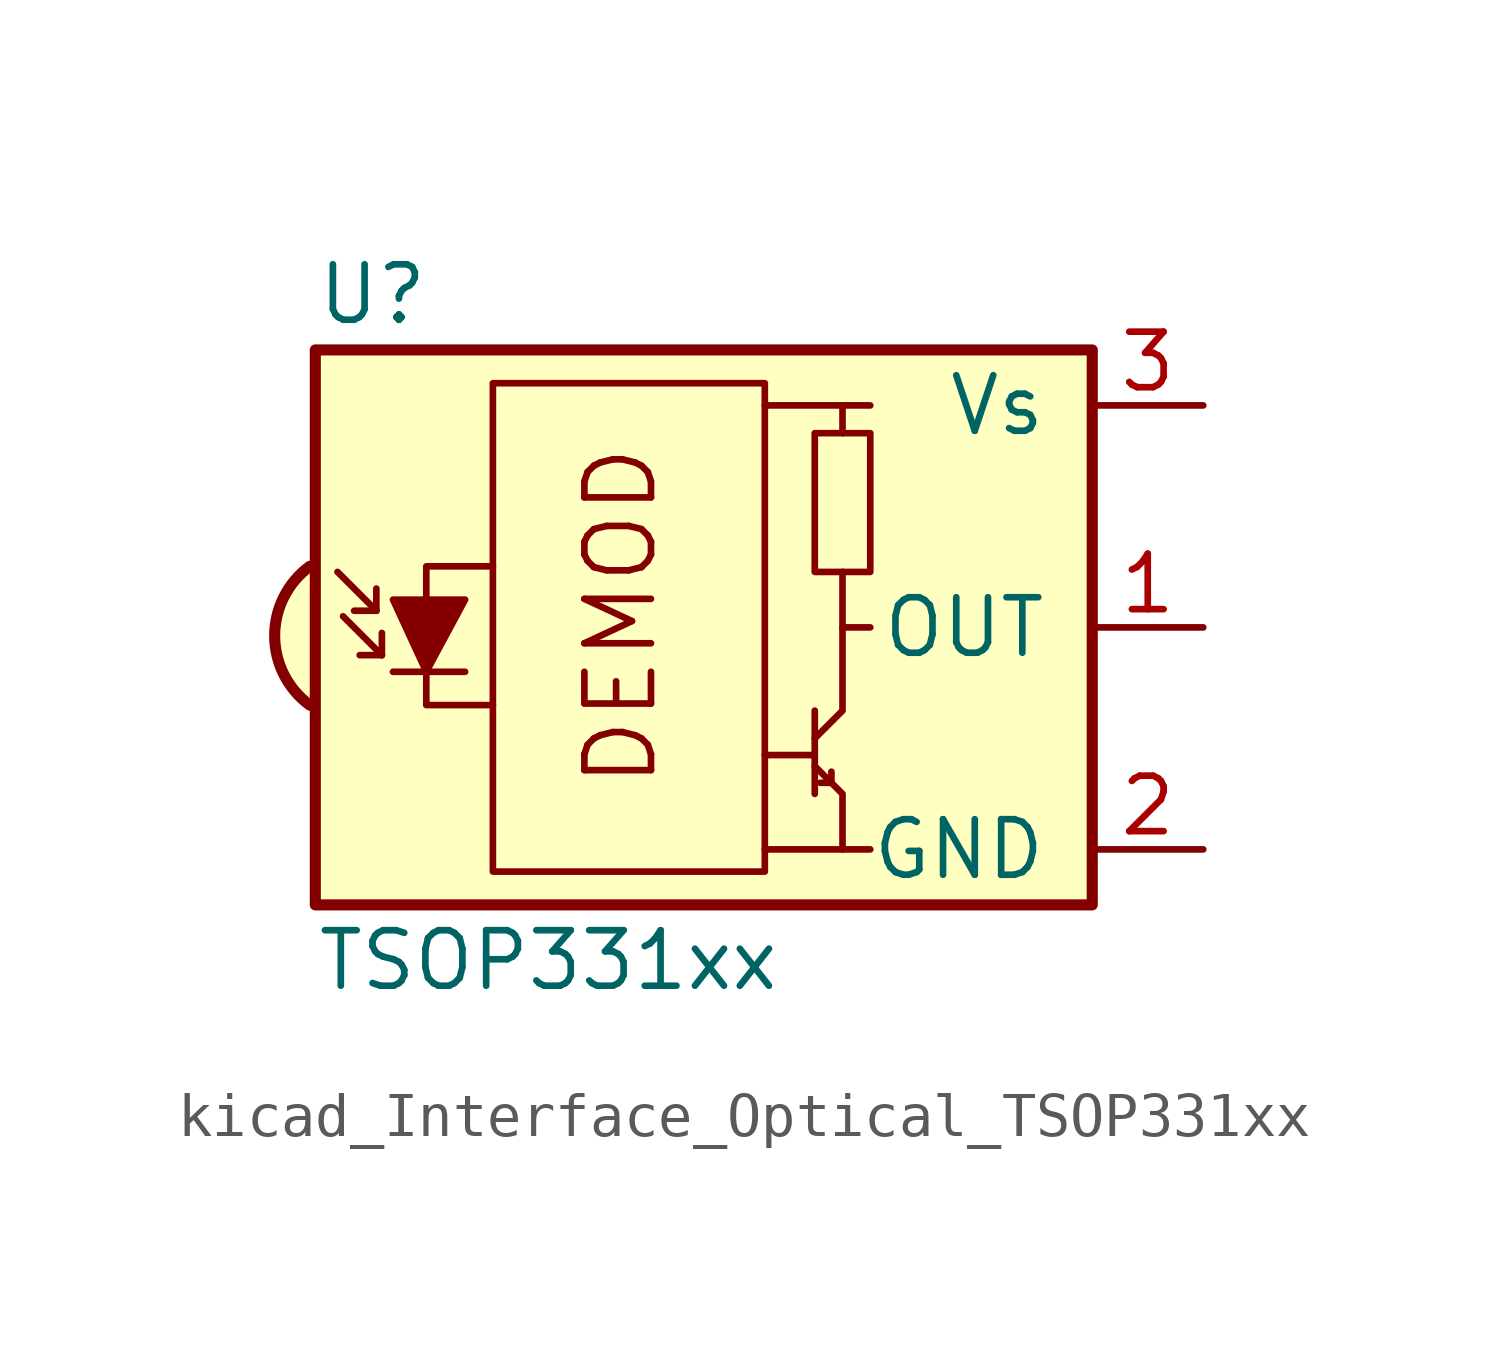
<source format=kicad_sym>
(kicad_symbol_lib
  (version 20220914)
  (generator kicad_symbol_editor)
  (symbol "kicad_Interface_Optical_TSOP331xx"
    (pin_names
      (offset 1.016))
    (property "Reference" "U"
      (at -10.16 7.62 0)
      (effects (font (size 1.27 1.27)) (justify left)))
    (property "Value" "TSOP331xx"
      (at -10.16 -7.62 0)
      (effects (font (size 1.27 1.27)) (justify left)))
    (symbol "kicad_Interface_Optical_TSOP331xx_0_0"
      (arc (start -10.287 1.397) (mid -11.0899 -0.1852) (end -10.287 -1.778) (stroke (width 0.254) (type default)) (fill (type background)))
      (polyline (pts (xy 1.905 -5.08) (xy 0.127 -5.08)) (stroke (width 0) (type default)) (fill (type none)))
      (polyline (pts (xy 1.905 5.08) (xy 0.127 5.08)) (stroke (width 0) (type default)) (fill (type none)))
      (text "DEMOD" (at -3.175 0.254 900) (effects (font (size 1.524 1.524)))))
    (symbol "kicad_Interface_Optical_TSOP331xx_0_1"
      (rectangle (start -6.096 5.588) (end 0.127 -5.588) (stroke (width 0) (type default)) (fill (type none)))
      (polyline (pts (xy -8.763 0.381) (xy -9.652 1.27)) (stroke (width 0) (type default)) (fill (type none)))
      (polyline (pts (xy -8.763 0.381) (xy -9.271 0.381)) (stroke (width 0) (type default)) (fill (type none)))
      (polyline (pts (xy -8.763 0.381) (xy -8.763 0.889)) (stroke (width 0) (type default)) (fill (type none)))
      (polyline (pts (xy -8.636 -0.635) (xy -9.525 0.254)) (stroke (width 0) (type default)) (fill (type none)))
      (polyline (pts (xy -8.636 -0.635) (xy -9.144 -0.635)) (stroke (width 0) (type default)) (fill (type none)))
      (polyline (pts (xy -8.636 -0.635) (xy -8.636 -0.127)) (stroke (width 0) (type default)) (fill (type none)))
      (polyline (pts (xy -8.382 -1.016) (xy -6.731 -1.016)) (stroke (width 0) (type default)) (fill (type none)))
      (polyline (pts (xy 1.27 -2.921) (xy 0.127 -2.921)) (stroke (width 0) (type default)) (fill (type none)))
      (polyline (pts (xy 1.27 -1.905) (xy 1.27 -3.81)) (stroke (width 0) (type default)) (fill (type none)))
      (polyline (pts (xy 1.397 -3.556) (xy 1.524 -3.556)) (stroke (width 0) (type default)) (fill (type none)))
      (polyline (pts (xy 1.651 -3.556) (xy 1.524 -3.556)) (stroke (width 0) (type default)) (fill (type none)))
      (polyline (pts (xy 1.651 -3.556) (xy 1.651 -3.302)) (stroke (width 0) (type default)) (fill (type none)))
      (polyline (pts (xy 1.905 0) (xy 1.905 1.27)) (stroke (width 0) (type default)) (fill (type none)))
      (polyline (pts (xy 1.905 4.445) (xy 1.905 5.08) (xy 2.54 5.08)) (stroke (width 0) (type default)) (fill (type none)))
      (polyline (pts (xy -8.382 0.635) (xy -6.731 0.635) (xy -7.62 -1.016) (xy -8.382 0.635)) (stroke (width 0) (type default)) (fill (type outline)))
      (polyline (pts (xy -6.096 1.397) (xy -7.62 1.397) (xy -7.62 -1.778) (xy -6.096 -1.778)) (stroke (width 0) (type default)) (fill (type none)))
      (polyline (pts (xy 1.27 -3.175) (xy 1.905 -3.81) (xy 1.905 -5.08) (xy 2.54 -5.08)) (stroke (width 0) (type default)) (fill (type none)))
      (polyline (pts (xy 1.27 -2.54) (xy 1.905 -1.905) (xy 1.905 0) (xy 2.54 0)) (stroke (width 0) (type default)) (fill (type none)))
      (rectangle (start 2.54 1.27) (end 1.27 4.445) (stroke (width 0) (type default)) (fill (type none)))
      (rectangle (start 7.62 6.35) (end -10.16 -6.35) (stroke (width 0.254) (type default)) (fill (type background))))
    (symbol "kicad_Interface_Optical_TSOP331xx_1_1"
      (pin output line (at 10.16 0 180) (length 2.54) (name "OUT" (effects (font (size 1.27 1.27)))) (number "1" (effects (font (size 1.27 1.27)))))
      (pin power_in line (at 10.16 -5.08 180) (length 2.54) (name "GND" (effects (font (size 1.27 1.27)))) (number "2" (effects (font (size 1.27 1.27)))))
      (pin power_in line (at 10.16 5.08 180) (length 2.54) (name "Vs" (effects (font (size 1.27 1.27)))) (number "3" (effects (font (size 1.27 1.27))))))))
</source>
